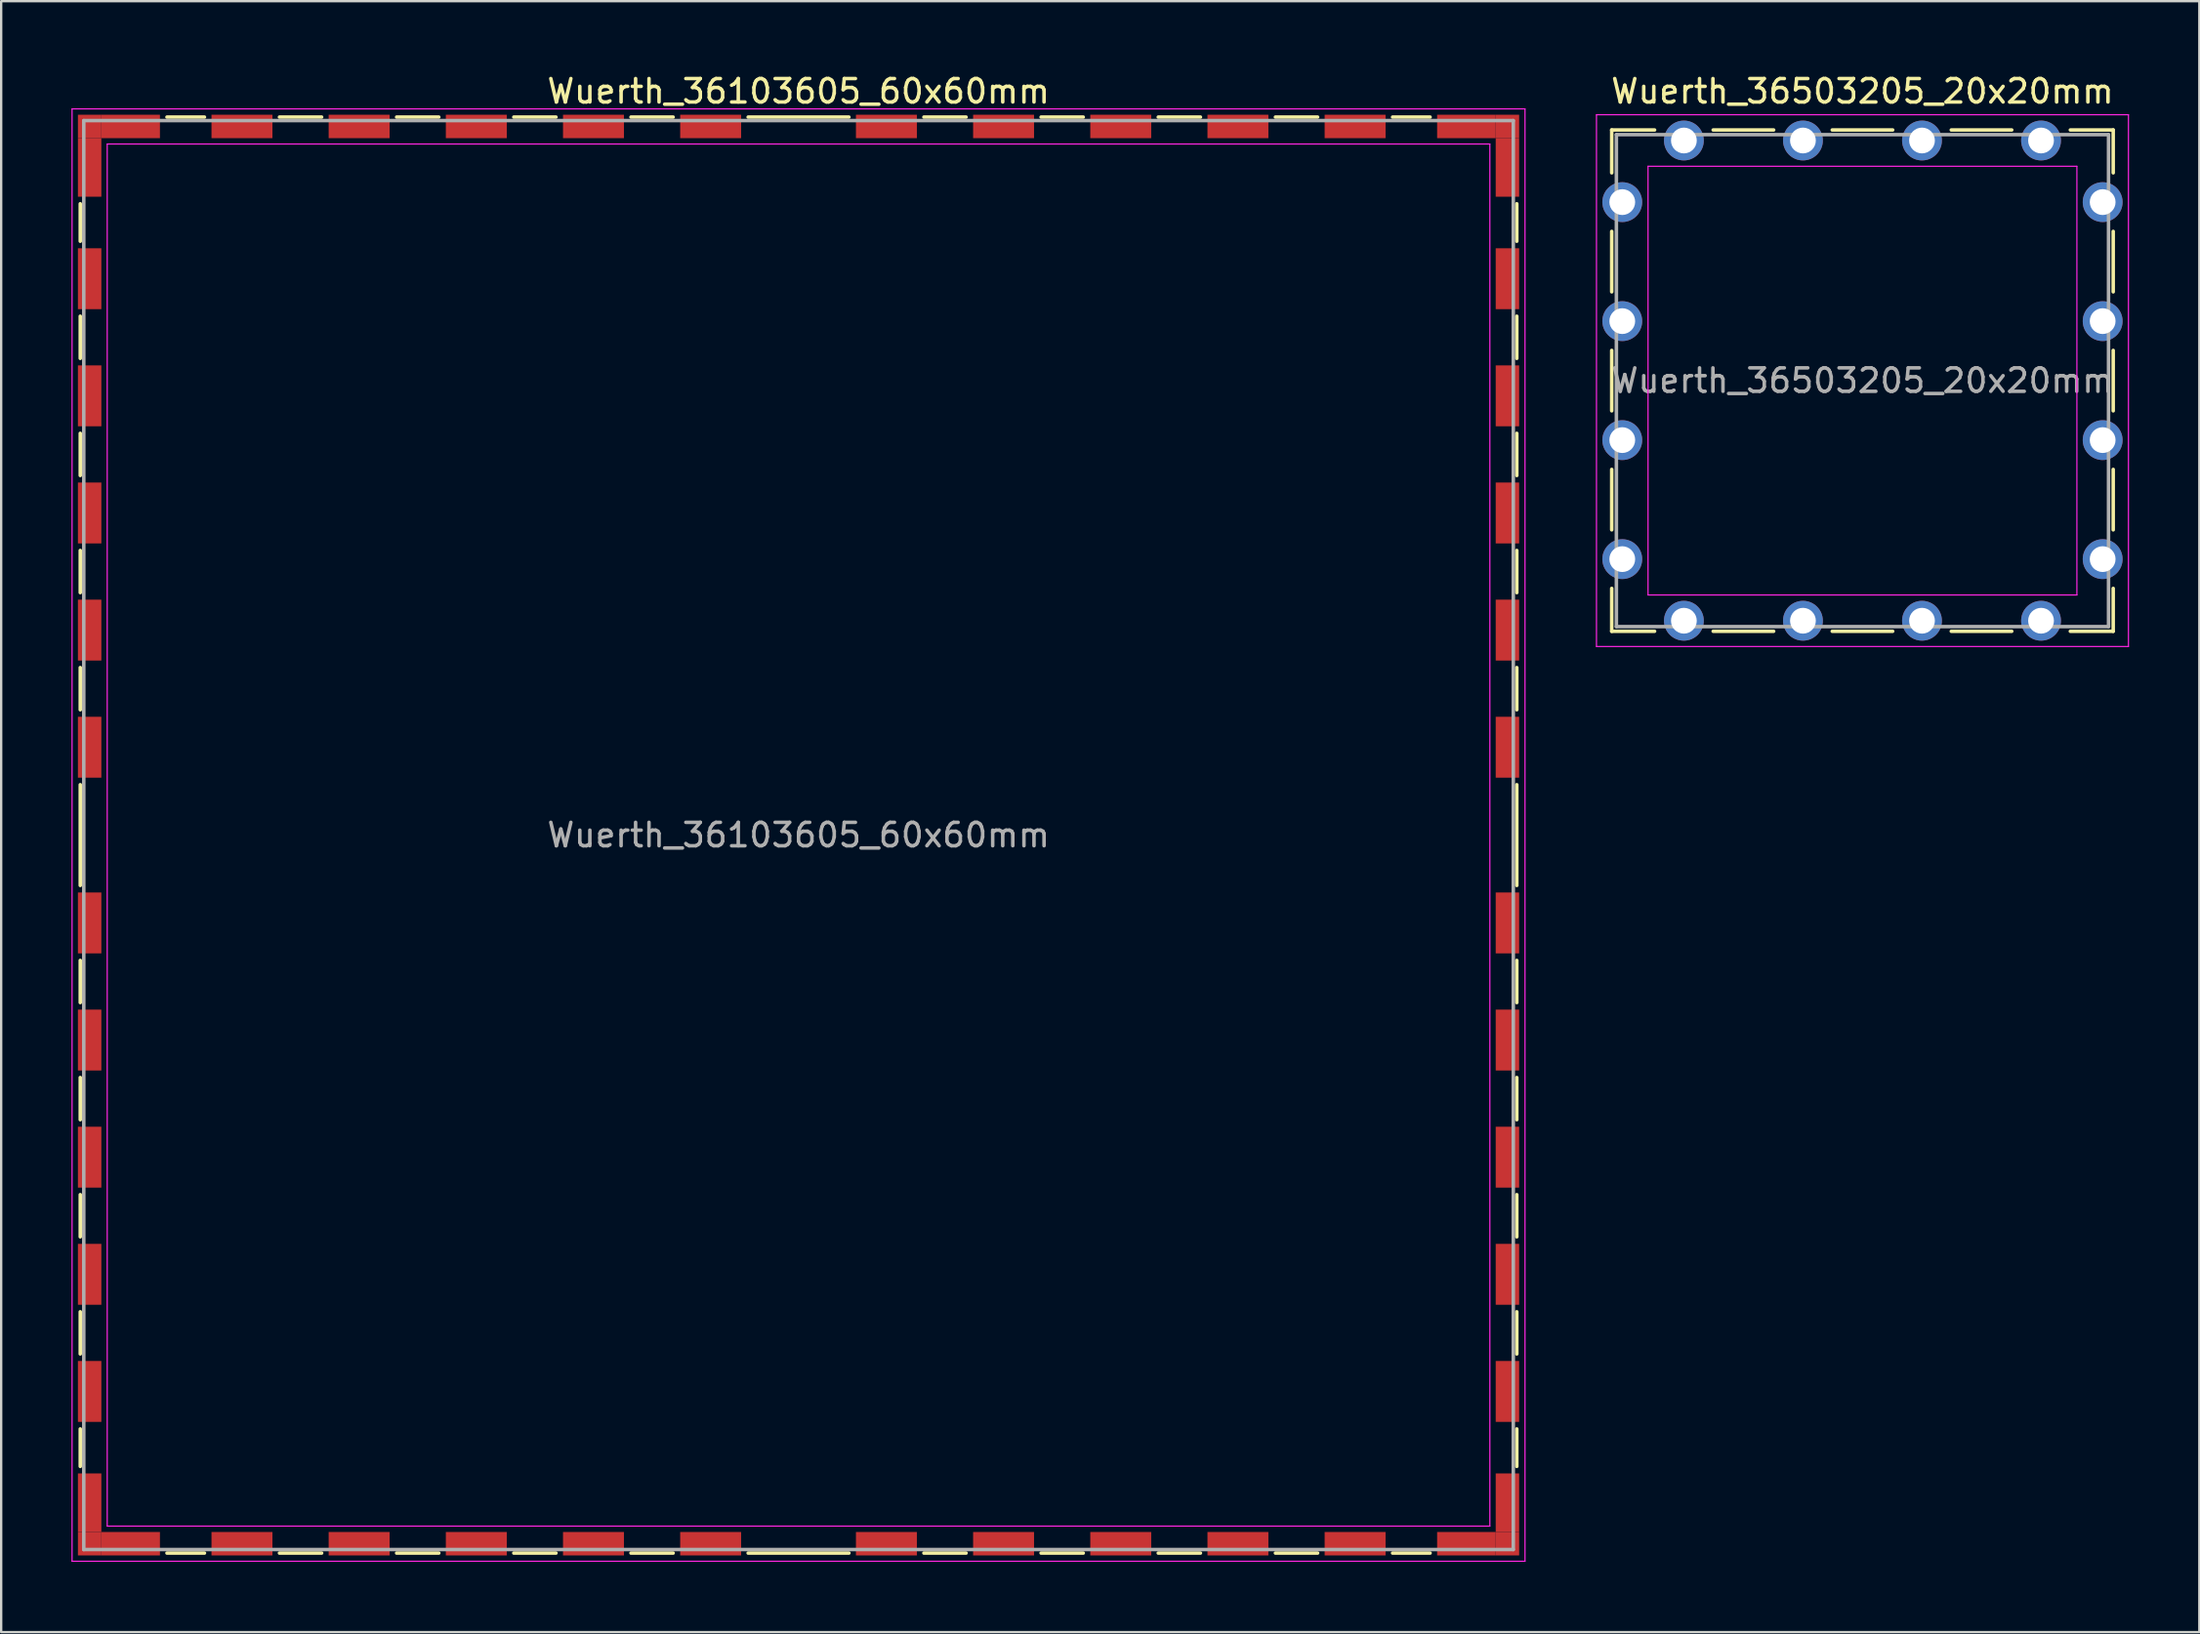
<source format=kicad_pcb>
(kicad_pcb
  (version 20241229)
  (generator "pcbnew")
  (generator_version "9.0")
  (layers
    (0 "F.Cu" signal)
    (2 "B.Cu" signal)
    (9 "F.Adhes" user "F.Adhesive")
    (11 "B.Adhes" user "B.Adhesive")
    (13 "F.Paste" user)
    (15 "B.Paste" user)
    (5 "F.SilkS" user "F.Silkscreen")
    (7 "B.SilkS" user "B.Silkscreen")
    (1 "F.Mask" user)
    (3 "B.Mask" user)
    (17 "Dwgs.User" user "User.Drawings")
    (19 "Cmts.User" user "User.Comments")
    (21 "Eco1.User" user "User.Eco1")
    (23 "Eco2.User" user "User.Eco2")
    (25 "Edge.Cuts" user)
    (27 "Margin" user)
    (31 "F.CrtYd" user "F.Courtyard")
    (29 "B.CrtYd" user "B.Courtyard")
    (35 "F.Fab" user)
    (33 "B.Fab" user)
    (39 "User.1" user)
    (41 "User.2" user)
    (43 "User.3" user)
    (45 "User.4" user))
  (footprint "Wuerth_36103605_60x60mm"
    (layer "F.Cu")
    (at 31.025 32.598)
    (property "Reference" "Wuerth_36103605_60x60mm" (at 0 -31.75 0) (layer "F.SilkS") (effects (font (size 1 1) (thickness 0.15))))
    (attr smd)
    (fp_line (start -30.65 -26.95) (end -30.65 -25.35) (stroke (width 0.15) (type solid)) (layer "F.SilkS"))
    (fp_line (start -30.65 -22.15) (end -30.65 -20.35) (stroke (width 0.15) (type solid)) (layer "F.SilkS"))
    (fp_line (start -30.65 -17.15) (end -30.65 -15.35) (stroke (width 0.15) (type solid)) (layer "F.SilkS"))
    (fp_line (start -30.65 -12.15) (end -30.65 -10.35) (stroke (width 0.15) (type solid)) (layer "F.SilkS"))
    (fp_line (start -30.65 -7.15) (end -30.65 -5.35) (stroke (width 0.15) (type solid)) (layer "F.SilkS"))
    (fp_line (start -30.65 -2.15) (end -30.65 2.15) (stroke (width 0.15) (type solid)) (layer "F.SilkS"))
    (fp_line (start -30.65 5.35) (end -30.65 7.15) (stroke (width 0.15) (type solid)) (layer "F.SilkS"))
    (fp_line (start -30.65 10.35) (end -30.65 12.15) (stroke (width 0.15) (type solid)) (layer "F.SilkS"))
    (fp_line (start -30.65 15.35) (end -30.65 17.15) (stroke (width 0.15) (type solid)) (layer "F.SilkS"))
    (fp_line (start -30.65 20.35) (end -30.65 22.15) (stroke (width 0.15) (type solid)) (layer "F.SilkS"))
    (fp_line (start -30.65 25.35) (end -30.65 26.95) (stroke (width 0.15) (type solid)) (layer "F.SilkS"))
    (fp_line (start -26.95 -30.65) (end -25.35 -30.65) (stroke (width 0.15) (type solid)) (layer "F.SilkS"))
    (fp_line (start -26.95 30.65) (end -25.35 30.65) (stroke (width 0.15) (type solid)) (layer "F.SilkS"))
    (fp_line (start -22.15 -30.65) (end -20.35 -30.65) (stroke (width 0.15) (type solid)) (layer "F.SilkS"))
    (fp_line (start -22.15 30.65) (end -20.35 30.65) (stroke (width 0.15) (type solid)) (layer "F.SilkS"))
    (fp_line (start -17.15 -30.65) (end -15.35 -30.65) (stroke (width 0.15) (type solid)) (layer "F.SilkS"))
    (fp_line (start -17.15 30.65) (end -15.35 30.65) (stroke (width 0.15) (type solid)) (layer "F.SilkS"))
    (fp_line (start -12.15 -30.65) (end -10.35 -30.65) (stroke (width 0.15) (type solid)) (layer "F.SilkS"))
    (fp_line (start -12.15 30.65) (end -10.35 30.65) (stroke (width 0.15) (type solid)) (layer "F.SilkS"))
    (fp_line (start -7.15 -30.65) (end -5.35 -30.65) (stroke (width 0.15) (type solid)) (layer "F.SilkS"))
    (fp_line (start -7.15 30.65) (end -5.35 30.65) (stroke (width 0.15) (type solid)) (layer "F.SilkS"))
    (fp_line (start -2.15 -30.65) (end 2.15 -30.65) (stroke (width 0.15) (type solid)) (layer "F.SilkS"))
    (fp_line (start -2.15 30.65) (end 2.15 30.65) (stroke (width 0.15) (type solid)) (layer "F.SilkS"))
    (fp_line (start 5.35 -30.65) (end 7.15 -30.65) (stroke (width 0.15) (type solid)) (layer "F.SilkS"))
    (fp_line (start 5.35 30.65) (end 7.15 30.65) (stroke (width 0.15) (type solid)) (layer "F.SilkS"))
    (fp_line (start 10.35 -30.65) (end 12.15 -30.65) (stroke (width 0.15) (type solid)) (layer "F.SilkS"))
    (fp_line (start 10.35 30.65) (end 12.15 30.65) (stroke (width 0.15) (type solid)) (layer "F.SilkS"))
    (fp_line (start 15.35 -30.65) (end 17.15 -30.65) (stroke (width 0.15) (type solid)) (layer "F.SilkS"))
    (fp_line (start 15.35 30.65) (end 17.15 30.65) (stroke (width 0.15) (type solid)) (layer "F.SilkS"))
    (fp_line (start 20.35 -30.65) (end 22.15 -30.65) (stroke (width 0.15) (type solid)) (layer "F.SilkS"))
    (fp_line (start 20.35 30.65) (end 22.15 30.65) (stroke (width 0.15) (type solid)) (layer "F.SilkS"))
    (fp_line (start 25.35 -30.65) (end 26.95 -30.65) (stroke (width 0.15) (type solid)) (layer "F.SilkS"))
    (fp_line (start 25.35 30.65) (end 26.95 30.65) (stroke (width 0.15) (type solid)) (layer "F.SilkS"))
    (fp_line (start 30.65 -26.95) (end 30.65 -25.35) (stroke (width 0.15) (type solid)) (layer "F.SilkS"))
    (fp_line (start 30.65 -22.15) (end 30.65 -20.35) (stroke (width 0.15) (type solid)) (layer "F.SilkS"))
    (fp_line (start 30.65 -17.15) (end 30.65 -15.35) (stroke (width 0.15) (type solid)) (layer "F.SilkS"))
    (fp_line (start 30.65 -12.15) (end 30.65 -10.35) (stroke (width 0.15) (type solid)) (layer "F.SilkS"))
    (fp_line (start 30.65 -7.15) (end 30.65 -5.35) (stroke (width 0.15) (type solid)) (layer "F.SilkS"))
    (fp_line (start 30.65 -2.15) (end 30.65 2.15) (stroke (width 0.15) (type solid)) (layer "F.SilkS"))
    (fp_line (start 30.65 5.35) (end 30.65 7.15) (stroke (width 0.15) (type solid)) (layer "F.SilkS"))
    (fp_line (start 30.65 10.35) (end 30.65 12.15) (stroke (width 0.15) (type solid)) (layer "F.SilkS"))
    (fp_line (start 30.65 15.35) (end 30.65 17.15) (stroke (width 0.15) (type solid)) (layer "F.SilkS"))
    (fp_line (start 30.65 20.35) (end 30.65 22.15) (stroke (width 0.15) (type solid)) (layer "F.SilkS"))
    (fp_line (start 30.65 25.35) (end 30.65 26.95) (stroke (width 0.15) (type solid)) (layer "F.SilkS"))
    (fp_line (start -31 -31) (end -31 31) (stroke (width 0.05) (type solid)) (layer "F.CrtYd"))
    (fp_line (start -31 31) (end 31 31) (stroke (width 0.05) (type solid)) (layer "F.CrtYd"))
    (fp_line (start -29.5 -29.5) (end -29.5 29.5) (stroke (width 0.05) (type solid)) (layer "F.CrtYd"))
    (fp_line (start -29.5 29.5) (end 29.5 29.5) (stroke (width 0.05) (type solid)) (layer "F.CrtYd"))
    (fp_line (start 29.5 -29.5) (end -29.5 -29.5) (stroke (width 0.05) (type solid)) (layer "F.CrtYd"))
    (fp_line (start 29.5 29.5) (end 29.5 -29.5) (stroke (width 0.05) (type solid)) (layer "F.CrtYd"))
    (fp_line (start 31 -31) (end -31 -31) (stroke (width 0.05) (type solid)) (layer "F.CrtYd"))
    (fp_line (start 31 31) (end 31 -31) (stroke (width 0.05) (type solid)) (layer "F.CrtYd"))
    (fp_line (start -30.5 -30.5) (end -30.5 30.5) (stroke (width 0.15) (type solid)) (layer "F.Fab"))
    (fp_line (start -30.5 30.5) (end 30.5 30.5) (stroke (width 0.15) (type solid)) (layer "F.Fab"))
    (fp_line (start 30.5 -30.5) (end -30.5 -30.5) (stroke (width 0.15) (type solid)) (layer "F.Fab"))
    (fp_line (start 30.5 30.5) (end 30.5 -30.5) (stroke (width 0.15) (type solid)) (layer "F.Fab"))
    (fp_text user "${REFERENCE}" (at 0 0 0) (layer "F.Fab") (effects (font (size 1 1) (thickness 0.15))))
    (pad "1" smd rect (at -30.25 -30.25) (size 1 1) (layers "F.Cu" "F.Mask"))
    (pad "1" smd rect (at -30.25 -28.5) (size 1 2.5) (layers "F.Cu" "F.Mask"))
    (pad "1" smd rect (at -30.25 -23.75) (size 1 2.6) (layers "F.Cu" "F.Mask"))
    (pad "1" smd rect (at -30.25 -18.75) (size 1 2.6) (layers "F.Cu" "F.Mask"))
    (pad "1" smd rect (at -30.25 -13.75) (size 1 2.6) (layers "F.Cu" "F.Mask"))
    (pad "1" smd rect (at -30.25 -8.75) (size 1 2.6) (layers "F.Cu" "F.Mask"))
    (pad "1" smd rect (at -30.25 -3.75) (size 1 2.6) (layers "F.Cu" "F.Mask"))
    (pad "1" smd rect (at -30.25 3.75) (size 1 2.6) (layers "F.Cu" "F.Mask"))
    (pad "1" smd rect (at -30.25 8.75) (size 1 2.6) (layers "F.Cu" "F.Mask"))
    (pad "1" smd rect (at -30.25 13.75) (size 1 2.6) (layers "F.Cu" "F.Mask"))
    (pad "1" smd rect (at -30.25 18.75) (size 1 2.6) (layers "F.Cu" "F.Mask"))
    (pad "1" smd rect (at -30.25 23.75) (size 1 2.6) (layers "F.Cu" "F.Mask"))
    (pad "1" smd rect (at -30.25 28.5) (size 1 2.5) (layers "F.Cu" "F.Mask"))
    (pad "1" smd rect (at -30.25 30.25) (size 1 1) (layers "F.Cu" "F.Mask"))
    (pad "1" smd rect (at -28.5 -30.25) (size 2.5 1) (layers "F.Cu" "F.Mask"))
    (pad "1" smd rect (at -28.5 30.25) (size 2.5 1) (layers "F.Cu" "F.Mask"))
    (pad "1" smd rect (at -23.75 -30.25) (size 2.6 1) (layers "F.Cu" "F.Mask"))
    (pad "1" smd rect (at -23.75 30.25) (size 2.6 1) (layers "F.Cu" "F.Mask"))
    (pad "1" smd rect (at -18.75 -30.25) (size 2.6 1) (layers "F.Cu" "F.Mask"))
    (pad "1" smd rect (at -18.75 30.25) (size 2.6 1) (layers "F.Cu" "F.Mask"))
    (pad "1" smd rect (at -13.75 -30.25) (size 2.6 1) (layers "F.Cu" "F.Mask"))
    (pad "1" smd rect (at -13.75 30.25) (size 2.6 1) (layers "F.Cu" "F.Mask"))
    (pad "1" smd rect (at -8.75 -30.25) (size 2.6 1) (layers "F.Cu" "F.Mask"))
    (pad "1" smd rect (at -8.75 30.25) (size 2.6 1) (layers "F.Cu" "F.Mask"))
    (pad "1" smd rect (at -3.75 -30.25) (size 2.6 1) (layers "F.Cu" "F.Mask"))
    (pad "1" smd rect (at -3.75 30.25) (size 2.6 1) (layers "F.Cu" "F.Mask"))
    (pad "1" smd rect (at 3.75 -30.25) (size 2.6 1) (layers "F.Cu" "F.Mask"))
    (pad "1" smd rect (at 3.75 30.25) (size 2.6 1) (layers "F.Cu" "F.Mask"))
    (pad "1" smd rect (at 8.75 -30.25) (size 2.6 1) (layers "F.Cu" "F.Mask"))
    (pad "1" smd rect (at 8.75 30.25) (size 2.6 1) (layers "F.Cu" "F.Mask"))
    (pad "1" smd rect (at 13.75 -30.25) (size 2.6 1) (layers "F.Cu" "F.Mask"))
    (pad "1" smd rect (at 13.75 30.25) (size 2.6 1) (layers "F.Cu" "F.Mask"))
    (pad "1" smd rect (at 18.75 -30.25) (size 2.6 1) (layers "F.Cu" "F.Mask"))
    (pad "1" smd rect (at 18.75 30.25) (size 2.6 1) (layers "F.Cu" "F.Mask"))
    (pad "1" smd rect (at 23.75 -30.25) (size 2.6 1) (layers "F.Cu" "F.Mask"))
    (pad "1" smd rect (at 23.75 30.25) (size 2.6 1) (layers "F.Cu" "F.Mask"))
    (pad "1" smd rect (at 28.5 -30.25) (size 2.5 1) (layers "F.Cu" "F.Mask"))
    (pad "1" smd rect (at 28.5 30.25) (size 2.5 1) (layers "F.Cu" "F.Mask"))
    (pad "1" smd rect (at 30.25 -30.25) (size 1 1) (layers "F.Cu" "F.Mask"))
    (pad "1" smd rect (at 30.25 -28.5) (size 1 2.5) (layers "F.Cu" "F.Mask"))
    (pad "1" smd rect (at 30.25 -23.75) (size 1 2.6) (layers "F.Cu" "F.Mask"))
    (pad "1" smd rect (at 30.25 -18.75) (size 1 2.6) (layers "F.Cu" "F.Mask"))
    (pad "1" smd rect (at 30.25 -13.75) (size 1 2.6) (layers "F.Cu" "F.Mask"))
    (pad "1" smd rect (at 30.25 -8.75) (size 1 2.6) (layers "F.Cu" "F.Mask"))
    (pad "1" smd rect (at 30.25 -3.75) (size 1 2.6) (layers "F.Cu" "F.Mask"))
    (pad "1" smd rect (at 30.25 3.75) (size 1 2.6) (layers "F.Cu" "F.Mask"))
    (pad "1" smd rect (at 30.25 8.75) (size 1 2.6) (layers "F.Cu" "F.Mask"))
    (pad "1" smd rect (at 30.25 13.75) (size 1 2.6) (layers "F.Cu" "F.Mask"))
    (pad "1" smd rect (at 30.25 18.75) (size 1 2.6) (layers "F.Cu" "F.Mask"))
    (pad "1" smd rect (at 30.25 23.75) (size 1 2.6) (layers "F.Cu" "F.Mask"))
    (pad "1" smd rect (at 30.25 28.5) (size 1 2.5) (layers "F.Cu" "F.Mask"))
    (pad "1" smd rect (at 30.25 30.25) (size 1 1) (layers "F.Cu" "F.Mask")))
  (footprint "Wuerth_36503205_20x20mm"
    (layer "F.Cu")
    (at 76.425 13.198)
    (property "Reference" "Wuerth_36503205_20x20mm" (at 0 -12.35 0) (layer "F.SilkS") (effects (font (size 1 1) (thickness 0.15))))
    (attr through_hole)
    (fp_line (start -10.7 -10.7) (end -8.87 -10.7) (stroke (width 0.15) (type solid)) (layer "F.SilkS"))
    (fp_line (start -10.7 -8.87) (end -10.7 -10.7) (stroke (width 0.15) (type solid)) (layer "F.SilkS"))
    (fp_line (start -10.7 -3.79) (end -10.7 -6.37) (stroke (width 0.15) (type solid)) (layer "F.SilkS"))
    (fp_line (start -10.7 -1.29) (end -10.7 1.29) (stroke (width 0.15) (type solid)) (layer "F.SilkS"))
    (fp_line (start -10.7 3.79) (end -10.7 6.37) (stroke (width 0.15) (type solid)) (layer "F.SilkS"))
    (fp_line (start -10.7 8.87) (end -10.7 10.7) (stroke (width 0.15) (type solid)) (layer "F.SilkS"))
    (fp_line (start -10.7 10.7) (end -8.87 10.7) (stroke (width 0.15) (type solid)) (layer "F.SilkS"))
    (fp_line (start -3.79 -10.7) (end -6.37 -10.7) (stroke (width 0.15) (type solid)) (layer "F.SilkS"))
    (fp_line (start -3.79 10.7) (end -6.37 10.7) (stroke (width 0.15) (type solid)) (layer "F.SilkS"))
    (fp_line (start 1.29 -10.7) (end -1.29 -10.7) (stroke (width 0.15) (type solid)) (layer "F.SilkS"))
    (fp_line (start 1.29 10.7) (end -1.29 10.7) (stroke (width 0.15) (type solid)) (layer "F.SilkS"))
    (fp_line (start 3.79 -10.7) (end 6.37 -10.7) (stroke (width 0.15) (type solid)) (layer "F.SilkS"))
    (fp_line (start 3.79 10.7) (end 6.37 10.7) (stroke (width 0.15) (type solid)) (layer "F.SilkS"))
    (fp_line (start 10.7 -10.7) (end 8.87 -10.7) (stroke (width 0.15) (type solid)) (layer "F.SilkS"))
    (fp_line (start 10.7 -8.87) (end 10.7 -10.7) (stroke (width 0.15) (type solid)) (layer "F.SilkS"))
    (fp_line (start 10.7 -3.79) (end 10.7 -6.37) (stroke (width 0.15) (type solid)) (layer "F.SilkS"))
    (fp_line (start 10.7 1.29) (end 10.7 -1.29) (stroke (width 0.15) (type solid)) (layer "F.SilkS"))
    (fp_line (start 10.7 3.79) (end 10.7 6.37) (stroke (width 0.15) (type solid)) (layer "F.SilkS"))
    (fp_line (start 10.7 8.87) (end 10.7 10.7) (stroke (width 0.15) (type solid)) (layer "F.SilkS"))
    (fp_line (start 10.7 10.7) (end 8.87 10.7) (stroke (width 0.15) (type solid)) (layer "F.SilkS"))
    (fp_line (start -11.35 -11.35) (end -11.35 11.35) (stroke (width 0.05) (type solid)) (layer "F.CrtYd"))
    (fp_line (start -11.35 11.35) (end 11.35 11.35) (stroke (width 0.05) (type solid)) (layer "F.CrtYd"))
    (fp_line (start -9.15 -9.15) (end -9.15 9.15) (stroke (width 0.05) (type solid)) (layer "F.CrtYd"))
    (fp_line (start -9.15 9.15) (end 9.15 9.15) (stroke (width 0.05) (type solid)) (layer "F.CrtYd"))
    (fp_line (start 9.15 -9.15) (end -9.15 -9.15) (stroke (width 0.05) (type solid)) (layer "F.CrtYd"))
    (fp_line (start 9.15 9.15) (end 9.15 -9.15) (stroke (width 0.05) (type solid)) (layer "F.CrtYd"))
    (fp_line (start 11.35 -11.35) (end -11.35 -11.35) (stroke (width 0.05) (type solid)) (layer "F.CrtYd"))
    (fp_line (start 11.35 11.35) (end 11.35 -11.35) (stroke (width 0.05) (type solid)) (layer "F.CrtYd"))
    (fp_line (start -10.5 -10.5) (end -10.5 10.5) (stroke (width 0.15) (type solid)) (layer "F.Fab"))
    (fp_line (start -10.5 10.5) (end 10.5 10.5) (stroke (width 0.15) (type solid)) (layer "F.Fab"))
    (fp_line (start 10.5 -10.5) (end -10.5 -10.5) (stroke (width 0.15) (type solid)) (layer "F.Fab"))
    (fp_line (start 10.5 10.5) (end 10.5 -10.5) (stroke (width 0.15) (type solid)) (layer "F.Fab"))
    (fp_text user "${REFERENCE}" (at 0 0 0) (layer "F.Fab") (effects (font (size 1 1) (thickness 0.15))))
    (pad "1" thru_hole circle (at -10.25 -7.62) (size 1.7 1.7) (drill 1.1) (layers "*.Cu" "*.Mask"))
    (pad "1" thru_hole circle (at -10.25 -2.54) (size 1.7 1.7) (drill 1.1) (layers "*.Cu" "*.Mask"))
    (pad "1" thru_hole circle (at -10.25 2.54) (size 1.7 1.7) (drill 1.1) (layers "*.Cu" "*.Mask"))
    (pad "1" thru_hole circle (at -10.25 7.62) (size 1.7 1.7) (drill 1.1) (layers "*.Cu" "*.Mask"))
    (pad "1" thru_hole circle (at -7.62 -10.25) (size 1.7 1.7) (drill 1.1) (layers "*.Cu" "*.Mask"))
    (pad "1" thru_hole circle (at -7.62 10.25) (size 1.7 1.7) (drill 1.1) (layers "*.Cu" "*.Mask"))
    (pad "1" thru_hole circle (at -2.54 -10.25) (size 1.7 1.7) (drill 1.1) (layers "*.Cu" "*.Mask"))
    (pad "1" thru_hole circle (at -2.54 10.25) (size 1.7 1.7) (drill 1.1) (layers "*.Cu" "*.Mask"))
    (pad "1" thru_hole circle (at 2.54 -10.25) (size 1.7 1.7) (drill 1.1) (layers "*.Cu" "*.Mask"))
    (pad "1" thru_hole circle (at 2.54 10.25) (size 1.7 1.7) (drill 1.1) (layers "*.Cu" "*.Mask"))
    (pad "1" thru_hole circle (at 7.62 -10.25) (size 1.7 1.7) (drill 1.1) (layers "*.Cu" "*.Mask"))
    (pad "1" thru_hole circle (at 7.62 10.25) (size 1.7 1.7) (drill 1.1) (layers "*.Cu" "*.Mask"))
    (pad "1" thru_hole circle (at 10.25 -7.62) (size 1.7 1.7) (drill 1.1) (layers "*.Cu" "*.Mask"))
    (pad "1" thru_hole circle (at 10.25 -2.54) (size 1.7 1.7) (drill 1.1) (layers "*.Cu" "*.Mask"))
    (pad "1" thru_hole circle (at 10.25 2.54) (size 1.7 1.7) (drill 1.1) (layers "*.Cu" "*.Mask"))
    (pad "1" thru_hole circle (at 10.25 7.62) (size 1.7 1.7) (drill 1.1) (layers "*.Cu" "*.Mask")))
  (gr_rect
    (start -3 -3)
    (end 90.8 66.623)
    (stroke (width 0.1) (type default))
    (fill no)
    (layer "Edge.Cuts")))
</source>
